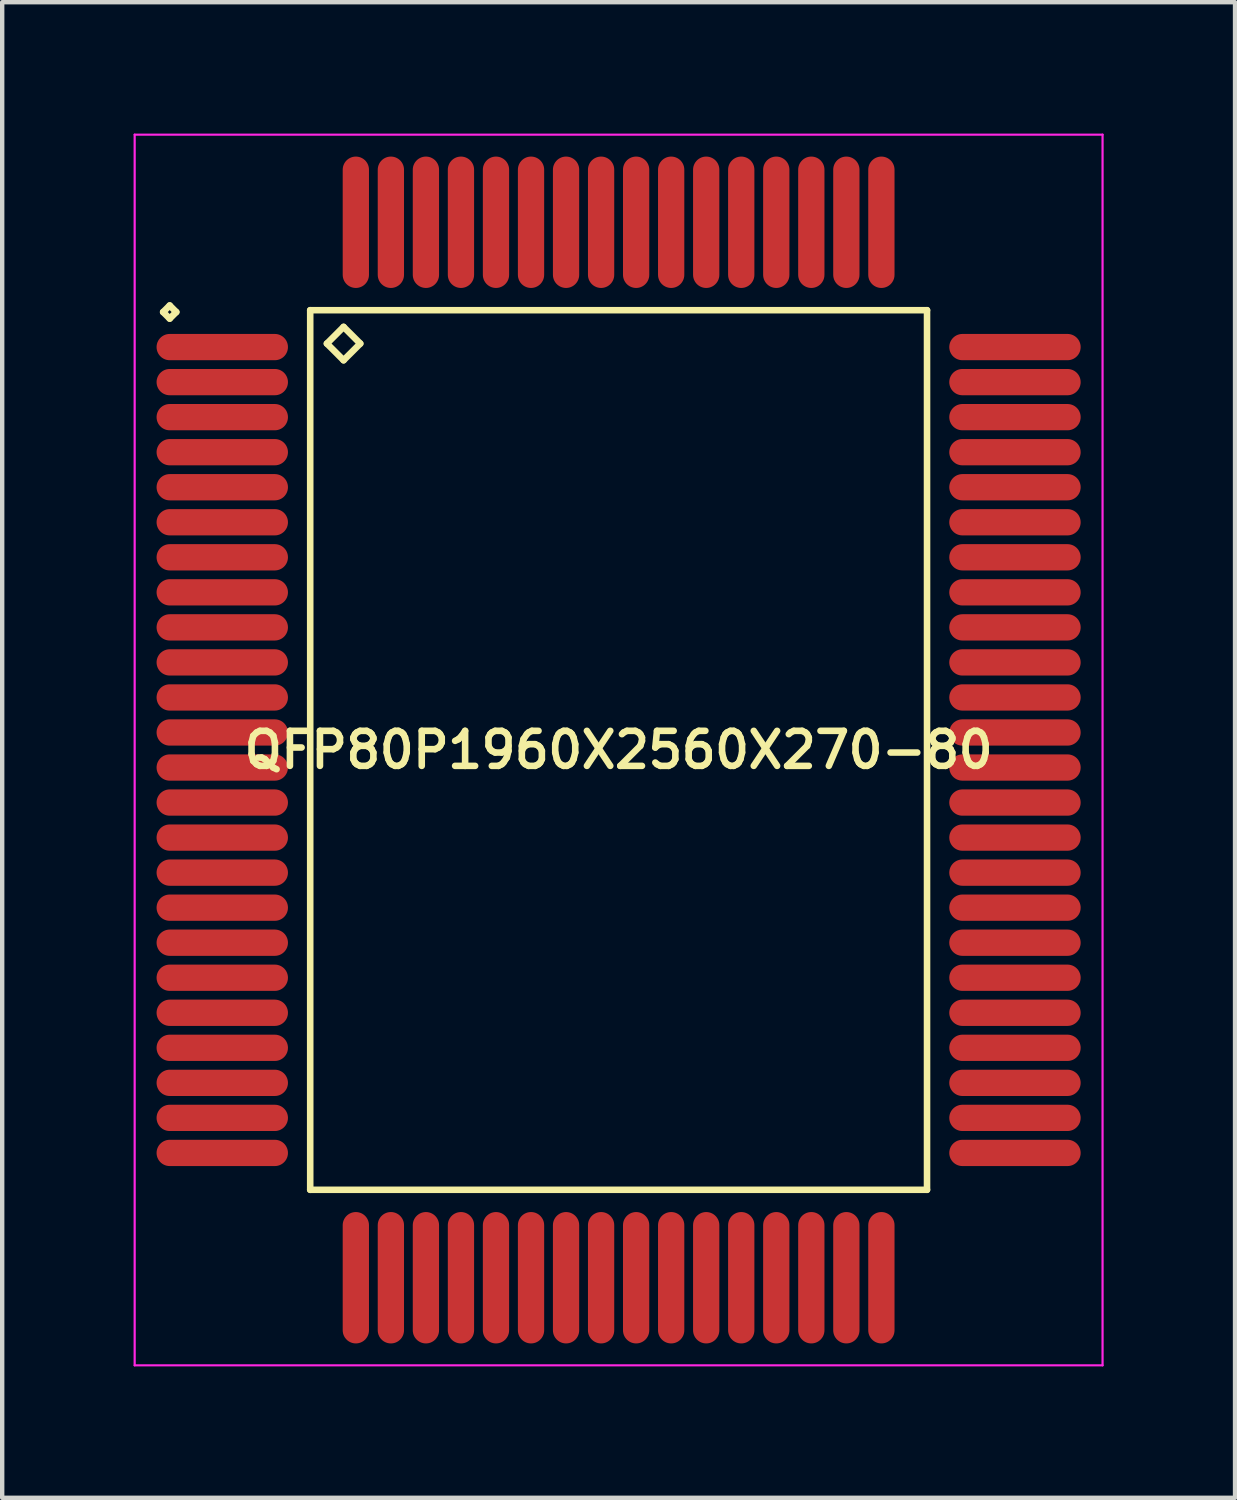
<source format=kicad_pcb>
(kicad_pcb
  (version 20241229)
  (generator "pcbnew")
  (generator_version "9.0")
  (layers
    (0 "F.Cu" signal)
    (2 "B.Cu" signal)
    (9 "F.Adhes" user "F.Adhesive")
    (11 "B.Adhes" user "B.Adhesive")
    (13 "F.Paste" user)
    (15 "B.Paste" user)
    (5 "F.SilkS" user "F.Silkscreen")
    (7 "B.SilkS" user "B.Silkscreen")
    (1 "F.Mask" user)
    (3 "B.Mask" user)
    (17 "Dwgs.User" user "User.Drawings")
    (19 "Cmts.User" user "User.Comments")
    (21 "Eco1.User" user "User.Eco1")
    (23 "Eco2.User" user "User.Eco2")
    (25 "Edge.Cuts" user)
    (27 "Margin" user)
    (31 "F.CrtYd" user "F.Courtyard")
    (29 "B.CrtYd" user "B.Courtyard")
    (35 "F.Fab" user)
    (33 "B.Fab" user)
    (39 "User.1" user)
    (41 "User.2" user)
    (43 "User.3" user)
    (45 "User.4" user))
  (footprint "QFP80P1960X2560X270-80"
    (layer "F.Cu")
    (at 11.075 14.075)
    (property "Reference" "QFP80P1960X2560X270-80" (at 0 0 0) (layer "F.SilkS") (effects (font (size 0.8 0.8) (thickness 0.15))))
    (attr smd)
    (fp_line (start -10.4 -10) (end -10.25 -10.15) (stroke (width 0.15) (type solid)) (layer "F.SilkS"))
    (fp_line (start -10.25 -10.15) (end -10.1 -10) (stroke (width 0.15) (type solid)) (layer "F.SilkS"))
    (fp_line (start -10.25 -9.85) (end -10.4 -10) (stroke (width 0.15) (type solid)) (layer "F.SilkS"))
    (fp_line (start -10.1 -10) (end -10.25 -9.85) (stroke (width 0.15) (type solid)) (layer "F.SilkS"))
    (fp_line (start -7.042 -10.042) (end -7.042 10.042) (stroke (width 0.15) (type solid)) (layer "F.SilkS"))
    (fp_line (start -7.042 10.042) (end 7.042 10.042) (stroke (width 0.15) (type solid)) (layer "F.SilkS"))
    (fp_line (start -6.661 -9.28) (end -6.28 -9.661) (stroke (width 0.15) (type solid)) (layer "F.SilkS"))
    (fp_line (start -6.28 -9.661) (end -5.899 -9.28) (stroke (width 0.15) (type solid)) (layer "F.SilkS"))
    (fp_line (start -6.28 -8.899) (end -6.661 -9.28) (stroke (width 0.15) (type solid)) (layer "F.SilkS"))
    (fp_line (start -5.899 -9.28) (end -6.28 -8.899) (stroke (width 0.15) (type solid)) (layer "F.SilkS"))
    (fp_line (start 7.042 -10.042) (end -7.042 -10.042) (stroke (width 0.15) (type solid)) (layer "F.SilkS"))
    (fp_line (start 7.042 10.042) (end 7.042 -10.042) (stroke (width 0.15) (type solid)) (layer "F.SilkS"))
    (fp_line (start -11.05 -14.05) (end 11.05 -14.05) (stroke (width 0.05) (type solid)) (layer "F.CrtYd"))
    (fp_line (start -11.05 14.05) (end -11.05 -14.05) (stroke (width 0.05) (type solid)) (layer "F.CrtYd"))
    (fp_line (start 11.05 -14.05) (end 11.05 14.05) (stroke (width 0.05) (type solid)) (layer "F.CrtYd"))
    (fp_line (start 11.05 14.05) (end -11.05 14.05) (stroke (width 0.05) (type solid)) (layer "F.CrtYd"))
    (pad "1" smd oval (at -9.05 -9.2) (size 3 0.6) (layers "F.Cu" "F.Mask" "F.Paste"))
    (pad "2" smd oval (at -9.05 -8.4) (size 3 0.6) (layers "F.Cu" "F.Mask" "F.Paste"))
    (pad "3" smd oval (at -9.05 -7.6) (size 3 0.6) (layers "F.Cu" "F.Mask" "F.Paste"))
    (pad "4" smd oval (at -9.05 -6.8) (size 3 0.6) (layers "F.Cu" "F.Mask" "F.Paste"))
    (pad "5" smd oval (at -9.05 -6) (size 3 0.6) (layers "F.Cu" "F.Mask" "F.Paste"))
    (pad "6" smd oval (at -9.05 -5.2) (size 3 0.6) (layers "F.Cu" "F.Mask" "F.Paste"))
    (pad "7" smd oval (at -9.05 -4.4) (size 3 0.6) (layers "F.Cu" "F.Mask" "F.Paste"))
    (pad "8" smd oval (at -9.05 -3.6) (size 3 0.6) (layers "F.Cu" "F.Mask" "F.Paste"))
    (pad "9" smd oval (at -9.05 -2.8) (size 3 0.6) (layers "F.Cu" "F.Mask" "F.Paste"))
    (pad "10" smd oval (at -9.05 -2) (size 3 0.6) (layers "F.Cu" "F.Mask" "F.Paste"))
    (pad "11" smd oval (at -9.05 -1.2) (size 3 0.6) (layers "F.Cu" "F.Mask" "F.Paste"))
    (pad "12" smd oval (at -9.05 -0.4) (size 3 0.6) (layers "F.Cu" "F.Mask" "F.Paste"))
    (pad "13" smd oval (at -9.05 0.4) (size 3 0.6) (layers "F.Cu" "F.Mask" "F.Paste"))
    (pad "14" smd oval (at -9.05 1.2) (size 3 0.6) (layers "F.Cu" "F.Mask" "F.Paste"))
    (pad "15" smd oval (at -9.05 2) (size 3 0.6) (layers "F.Cu" "F.Mask" "F.Paste"))
    (pad "16" smd oval (at -9.05 2.8) (size 3 0.6) (layers "F.Cu" "F.Mask" "F.Paste"))
    (pad "17" smd oval (at -9.05 3.6) (size 3 0.6) (layers "F.Cu" "F.Mask" "F.Paste"))
    (pad "18" smd oval (at -9.05 4.4) (size 3 0.6) (layers "F.Cu" "F.Mask" "F.Paste"))
    (pad "19" smd oval (at -9.05 5.2) (size 3 0.6) (layers "F.Cu" "F.Mask" "F.Paste"))
    (pad "20" smd oval (at -9.05 6) (size 3 0.6) (layers "F.Cu" "F.Mask" "F.Paste"))
    (pad "21" smd oval (at -9.05 6.8) (size 3 0.6) (layers "F.Cu" "F.Mask" "F.Paste"))
    (pad "22" smd oval (at -9.05 7.6) (size 3 0.6) (layers "F.Cu" "F.Mask" "F.Paste"))
    (pad "23" smd oval (at -9.05 8.4) (size 3 0.6) (layers "F.Cu" "F.Mask" "F.Paste"))
    (pad "24" smd oval (at -9.05 9.2) (size 3 0.6) (layers "F.Cu" "F.Mask" "F.Paste"))
    (pad "25" smd oval (at -6 12.05) (size 0.6 3) (layers "F.Cu" "F.Mask" "F.Paste"))
    (pad "26" smd oval (at -5.2 12.05) (size 0.6 3) (layers "F.Cu" "F.Mask" "F.Paste"))
    (pad "27" smd oval (at -4.4 12.05) (size 0.6 3) (layers "F.Cu" "F.Mask" "F.Paste"))
    (pad "28" smd oval (at -3.6 12.05) (size 0.6 3) (layers "F.Cu" "F.Mask" "F.Paste"))
    (pad "29" smd oval (at -2.8 12.05) (size 0.6 3) (layers "F.Cu" "F.Mask" "F.Paste"))
    (pad "30" smd oval (at -2 12.05) (size 0.6 3) (layers "F.Cu" "F.Mask" "F.Paste"))
    (pad "31" smd oval (at -1.2 12.05) (size 0.6 3) (layers "F.Cu" "F.Mask" "F.Paste"))
    (pad "32" smd oval (at -0.4 12.05) (size 0.6 3) (layers "F.Cu" "F.Mask" "F.Paste"))
    (pad "33" smd oval (at 0.4 12.05) (size 0.6 3) (layers "F.Cu" "F.Mask" "F.Paste"))
    (pad "34" smd oval (at 1.2 12.05) (size 0.6 3) (layers "F.Cu" "F.Mask" "F.Paste"))
    (pad "35" smd oval (at 2 12.05) (size 0.6 3) (layers "F.Cu" "F.Mask" "F.Paste"))
    (pad "36" smd oval (at 2.8 12.05) (size 0.6 3) (layers "F.Cu" "F.Mask" "F.Paste"))
    (pad "37" smd oval (at 3.6 12.05) (size 0.6 3) (layers "F.Cu" "F.Mask" "F.Paste"))
    (pad "38" smd oval (at 4.4 12.05) (size 0.6 3) (layers "F.Cu" "F.Mask" "F.Paste"))
    (pad "39" smd oval (at 5.2 12.05) (size 0.6 3) (layers "F.Cu" "F.Mask" "F.Paste"))
    (pad "40" smd oval (at 6 12.05) (size 0.6 3) (layers "F.Cu" "F.Mask" "F.Paste"))
    (pad "41" smd oval (at 9.05 9.2) (size 3 0.6) (layers "F.Cu" "F.Mask" "F.Paste"))
    (pad "42" smd oval (at 9.05 8.4) (size 3 0.6) (layers "F.Cu" "F.Mask" "F.Paste"))
    (pad "43" smd oval (at 9.05 7.6) (size 3 0.6) (layers "F.Cu" "F.Mask" "F.Paste"))
    (pad "44" smd oval (at 9.05 6.8) (size 3 0.6) (layers "F.Cu" "F.Mask" "F.Paste"))
    (pad "45" smd oval (at 9.05 6) (size 3 0.6) (layers "F.Cu" "F.Mask" "F.Paste"))
    (pad "46" smd oval (at 9.05 5.2) (size 3 0.6) (layers "F.Cu" "F.Mask" "F.Paste"))
    (pad "47" smd oval (at 9.05 4.4) (size 3 0.6) (layers "F.Cu" "F.Mask" "F.Paste"))
    (pad "48" smd oval (at 9.05 3.6) (size 3 0.6) (layers "F.Cu" "F.Mask" "F.Paste"))
    (pad "49" smd oval (at 9.05 2.8) (size 3 0.6) (layers "F.Cu" "F.Mask" "F.Paste"))
    (pad "50" smd oval (at 9.05 2) (size 3 0.6) (layers "F.Cu" "F.Mask" "F.Paste"))
    (pad "51" smd oval (at 9.05 1.2) (size 3 0.6) (layers "F.Cu" "F.Mask" "F.Paste"))
    (pad "52" smd oval (at 9.05 0.4) (size 3 0.6) (layers "F.Cu" "F.Mask" "F.Paste"))
    (pad "53" smd oval (at 9.05 -0.4) (size 3 0.6) (layers "F.Cu" "F.Mask" "F.Paste"))
    (pad "54" smd oval (at 9.05 -1.2) (size 3 0.6) (layers "F.Cu" "F.Mask" "F.Paste"))
    (pad "55" smd oval (at 9.05 -2) (size 3 0.6) (layers "F.Cu" "F.Mask" "F.Paste"))
    (pad "56" smd oval (at 9.05 -2.8) (size 3 0.6) (layers "F.Cu" "F.Mask" "F.Paste"))
    (pad "57" smd oval (at 9.05 -3.6) (size 3 0.6) (layers "F.Cu" "F.Mask" "F.Paste"))
    (pad "58" smd oval (at 9.05 -4.4) (size 3 0.6) (layers "F.Cu" "F.Mask" "F.Paste"))
    (pad "59" smd oval (at 9.05 -5.2) (size 3 0.6) (layers "F.Cu" "F.Mask" "F.Paste"))
    (pad "60" smd oval (at 9.05 -6) (size 3 0.6) (layers "F.Cu" "F.Mask" "F.Paste"))
    (pad "61" smd oval (at 9.05 -6.8) (size 3 0.6) (layers "F.Cu" "F.Mask" "F.Paste"))
    (pad "62" smd oval (at 9.05 -7.6) (size 3 0.6) (layers "F.Cu" "F.Mask" "F.Paste"))
    (pad "63" smd oval (at 9.05 -8.4) (size 3 0.6) (layers "F.Cu" "F.Mask" "F.Paste"))
    (pad "64" smd oval (at 9.05 -9.2) (size 3 0.6) (layers "F.Cu" "F.Mask" "F.Paste"))
    (pad "65" smd oval (at 6 -12.05) (size 0.6 3) (layers "F.Cu" "F.Mask" "F.Paste"))
    (pad "66" smd oval (at 5.2 -12.05) (size 0.6 3) (layers "F.Cu" "F.Mask" "F.Paste"))
    (pad "67" smd oval (at 4.4 -12.05) (size 0.6 3) (layers "F.Cu" "F.Mask" "F.Paste"))
    (pad "68" smd oval (at 3.6 -12.05) (size 0.6 3) (layers "F.Cu" "F.Mask" "F.Paste"))
    (pad "69" smd oval (at 2.8 -12.05) (size 0.6 3) (layers "F.Cu" "F.Mask" "F.Paste"))
    (pad "70" smd oval (at 2 -12.05) (size 0.6 3) (layers "F.Cu" "F.Mask" "F.Paste"))
    (pad "71" smd oval (at 1.2 -12.05) (size 0.6 3) (layers "F.Cu" "F.Mask" "F.Paste"))
    (pad "72" smd oval (at 0.4 -12.05) (size 0.6 3) (layers "F.Cu" "F.Mask" "F.Paste"))
    (pad "73" smd oval (at -0.4 -12.05) (size 0.6 3) (layers "F.Cu" "F.Mask" "F.Paste"))
    (pad "74" smd oval (at -1.2 -12.05) (size 0.6 3) (layers "F.Cu" "F.Mask" "F.Paste"))
    (pad "75" smd oval (at -2 -12.05) (size 0.6 3) (layers "F.Cu" "F.Mask" "F.Paste"))
    (pad "76" smd oval (at -2.8 -12.05) (size 0.6 3) (layers "F.Cu" "F.Mask" "F.Paste"))
    (pad "77" smd oval (at -3.6 -12.05) (size 0.6 3) (layers "F.Cu" "F.Mask" "F.Paste"))
    (pad "78" smd oval (at -4.4 -12.05) (size 0.6 3) (layers "F.Cu" "F.Mask" "F.Paste"))
    (pad "79" smd oval (at -5.2 -12.05) (size 0.6 3) (layers "F.Cu" "F.Mask" "F.Paste"))
    (pad "80" smd oval (at -6 -12.05) (size 0.6 3) (layers "F.Cu" "F.Mask" "F.Paste")))
  (gr_rect
    (start -3 -3)
    (end 25.15 31.15)
    (stroke (width 0.1) (type default))
    (fill no)
    (layer "Edge.Cuts")))
</source>
